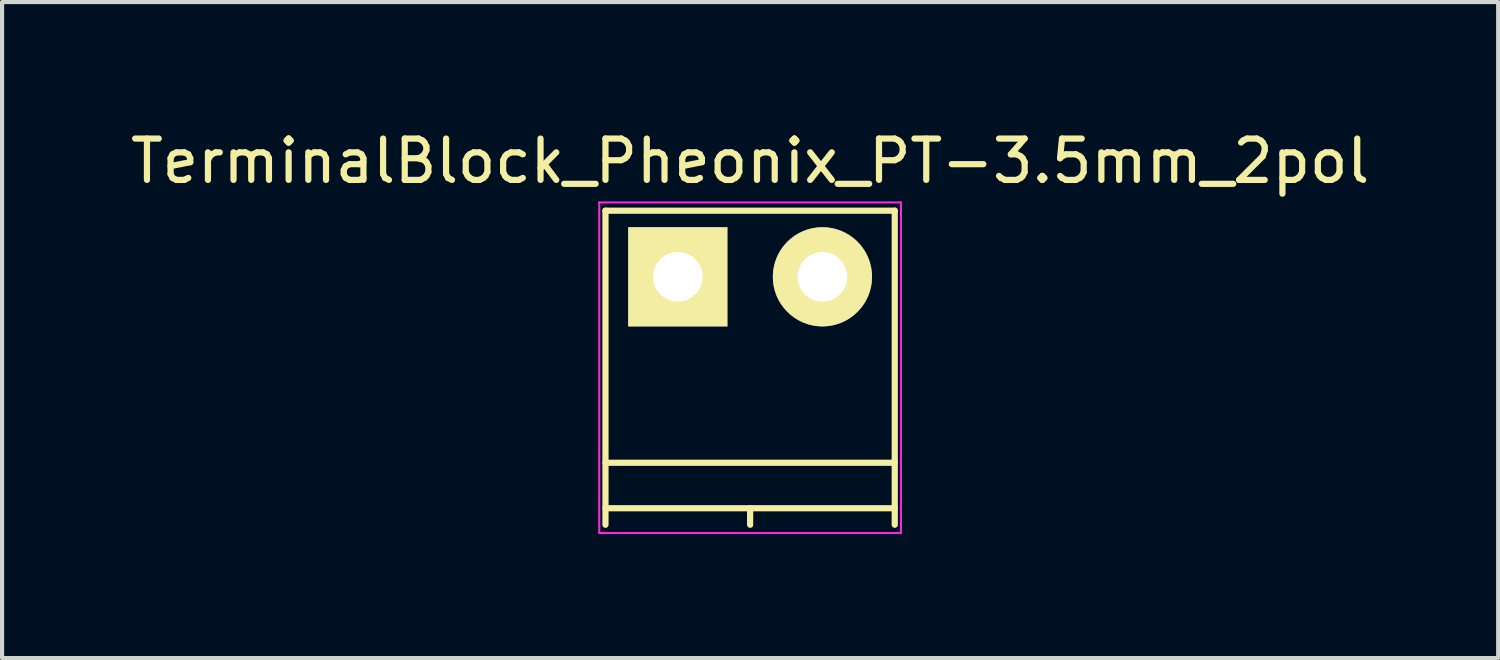
<source format=kicad_pcb>
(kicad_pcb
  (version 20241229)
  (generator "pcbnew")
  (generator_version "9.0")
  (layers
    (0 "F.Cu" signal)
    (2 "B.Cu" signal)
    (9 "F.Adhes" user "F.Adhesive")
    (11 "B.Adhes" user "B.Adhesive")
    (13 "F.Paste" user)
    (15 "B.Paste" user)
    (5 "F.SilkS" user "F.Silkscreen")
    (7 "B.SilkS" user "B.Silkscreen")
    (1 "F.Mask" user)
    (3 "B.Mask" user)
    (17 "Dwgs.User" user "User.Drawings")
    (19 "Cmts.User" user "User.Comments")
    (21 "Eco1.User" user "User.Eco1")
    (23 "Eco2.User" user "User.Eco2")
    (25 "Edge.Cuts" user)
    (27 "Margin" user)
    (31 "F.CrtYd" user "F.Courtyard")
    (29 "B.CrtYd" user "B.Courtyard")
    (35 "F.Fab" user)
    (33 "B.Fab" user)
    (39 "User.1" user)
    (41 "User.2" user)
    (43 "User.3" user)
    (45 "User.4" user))
  (footprint "TerminalBlock_Pheonix_PT-3.5mm_2pol"
    (layer "F.Cu")
    (at 13.351 5.148)
    (property "Reference" "TerminalBlock_Pheonix_PT-3.5mm_2pol" (at 1.75 -4.3 0) (layer "F.SilkS") (effects (font (size 1 1) (thickness 0.15))))
    (attr through_hole)
    (fp_line (start -1.75 -3.1) (end -1.75 4.5) (stroke (width 0.15) (type solid)) (layer "F.SilkS"))
    (fp_line (start -1.75 3) (end 5.25 3) (stroke (width 0.15) (type solid)) (layer "F.SilkS"))
    (fp_line (start -1.75 4.1) (end 5.25 4.1) (stroke (width 0.15) (type solid)) (layer "F.SilkS"))
    (fp_line (start 1.75 4.1) (end 1.75 4.5) (stroke (width 0.15) (type solid)) (layer "F.SilkS"))
    (fp_line (start 5.25 -3.1) (end -1.75 -3.1) (stroke (width 0.15) (type solid)) (layer "F.SilkS"))
    (fp_line (start 5.25 4.5) (end 5.25 -3.1) (stroke (width 0.15) (type solid)) (layer "F.SilkS"))
    (fp_line (start -1.9 -3.3) (end 5.4 -3.3) (stroke (width 0.05) (type solid)) (layer "F.CrtYd"))
    (fp_line (start -1.9 4.7) (end -1.9 -3.3) (stroke (width 0.05) (type solid)) (layer "F.CrtYd"))
    (fp_line (start 5.4 -3.3) (end 5.4 4.7) (stroke (width 0.05) (type solid)) (layer "F.CrtYd"))
    (fp_line (start 5.4 4.7) (end -1.9 4.7) (stroke (width 0.05) (type solid)) (layer "F.CrtYd"))
    (pad "1" thru_hole rect (at 0 -1.5) (size 2.4 2.4) (drill 1.2) (layers "*.Cu" "*.Mask" "F.SilkS"))
    (pad "2" thru_hole circle (at 3.5 -1.5) (size 2.4 2.4) (drill 1.2) (layers "*.Cu" "*.Mask" "F.SilkS")))
  (gr_rect
    (start -3 -3)
    (end 33.202 12.873)
    (stroke (width 0.1) (type default))
    (fill no)
    (layer "Edge.Cuts")))
</source>
